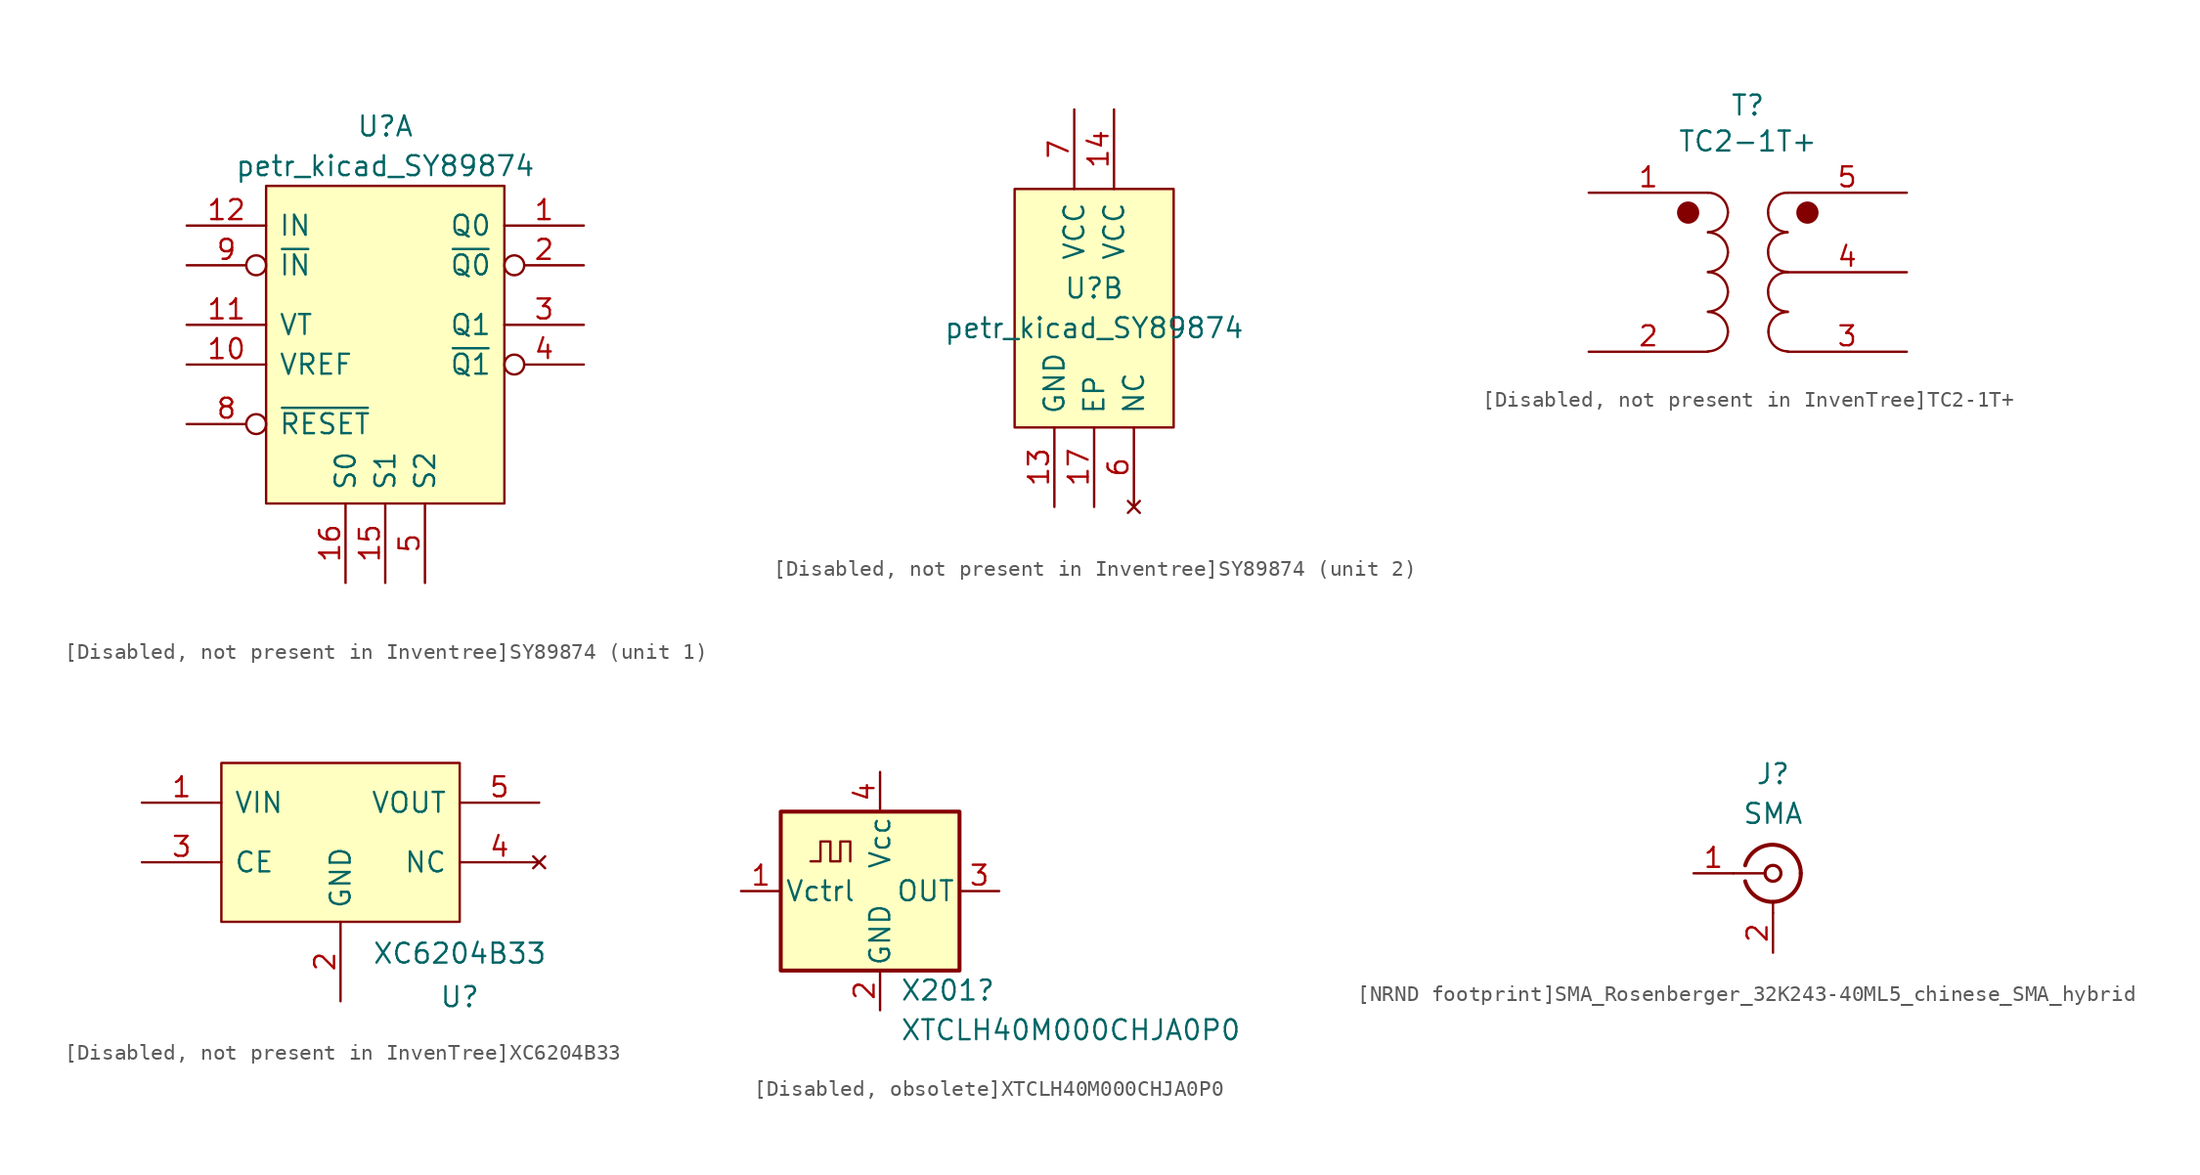
<source format=kicad_sym>
(kicad_symbol_lib
  (version 20220914)
  (generator kicad_symbol_editor)
  (symbol "[Disabled, not present in Inventree]SY89874"
    (pin_names
      (offset 0.787))
    (property "Reference" "U"
      (at 0 13.97 0)
      (effects (font (size 1.27 1.27))))
    (property "Value" "petr_kicad_SY89874"
      (at 0 11.43 0)
      (effects (font (size 1.27 1.27))))
    (property "IPN" ""
      (at 0 0 0)
      (effects (font (size 1.27 1.27))))
    (property "Inventree" ""
      (at 0 0 0)
      (effects (font (size 1.27 1.27))))
    (property "ki_locked" ""
      (at 0 0 0)
      (effects (font (size 1.27 1.27))))
    (symbol "[Disabled, not present in Inventree]SY89874_1_1"
      (rectangle (start -7.62 10.16) (end 7.62 -10.16) (stroke (width 0) (type solid)) (fill (type background)))
      (pin open_emitter line (at 12.7 7.62 180) (length 5.08) (name "Q0" (effects (font (size 1.27 1.27)))) (number "1" (effects (font (size 1.27 1.27)))))
      (pin output line (at -12.7 -1.27 0) (length 5.08) (name "VREF" (effects (font (size 1.27 1.27)))) (number "10" (effects (font (size 1.27 1.27)))))
      (pin passive line (at -12.7 1.27 0) (length 5.08) (name "VT" (effects (font (size 1.27 1.27)))) (number "11" (effects (font (size 1.27 1.27)))))
      (pin input line (at -12.7 7.62 0) (length 5.08) (name "IN" (effects (font (size 1.27 1.27)))) (number "12" (effects (font (size 1.27 1.27)))))
      (pin input line (at 0 -15.24 90) (length 5.08) (name "S1" (effects (font (size 1.27 1.27)))) (number "15" (effects (font (size 1.27 1.27)))))
      (pin input line (at -2.54 -15.24 90) (length 5.08) (name "S0" (effects (font (size 1.27 1.27)))) (number "16" (effects (font (size 1.27 1.27)))))
      (pin open_emitter inverted (at 12.7 5.08 180) (length 5.08) (name "~{Q0}" (effects (font (size 1.27 1.27)))) (number "2" (effects (font (size 1.27 1.27)))))
      (pin open_emitter line (at 12.7 1.27 180) (length 5.08) (name "Q1" (effects (font (size 1.27 1.27)))) (number "3" (effects (font (size 1.27 1.27)))))
      (pin open_emitter inverted (at 12.7 -1.27 180) (length 5.08) (name "~{Q1}" (effects (font (size 1.27 1.27)))) (number "4" (effects (font (size 1.27 1.27)))))
      (pin input line (at 2.54 -15.24 90) (length 5.08) (name "S2" (effects (font (size 1.27 1.27)))) (number "5" (effects (font (size 1.27 1.27)))))
      (pin input inverted (at -12.7 -5.08 0) (length 5.08) (name "~{RESET}" (effects (font (size 1.27 1.27)))) (number "8" (effects (font (size 1.27 1.27)))))
      (pin input inverted (at -12.7 5.08 0) (length 5.08) (name "~{IN}" (effects (font (size 1.27 1.27)))) (number "9" (effects (font (size 1.27 1.27))))))
    (symbol "[Disabled, not present in Inventree]SY89874_2_1"
      (rectangle (start -5.08 20.32) (end 5.08 5.08) (stroke (width 0) (type solid)) (fill (type background)))
      (pin power_in line (at -2.54 0 90) (length 5.08) (name "GND" (effects (font (size 1.27 1.27)))) (number "13" (effects (font (size 1.27 1.27)))))
      (pin power_in line (at 1.27 25.4 270) (length 5.08) (name "VCC" (effects (font (size 1.27 1.27)))) (number "14" (effects (font (size 1.27 1.27)))))
      (pin power_in line (at 0 0 90) (length 5.08) (name "EP" (effects (font (size 1.27 1.27)))) (number "17" (effects (font (size 1.27 1.27)))))
      (pin no_connect line (at 2.54 0 90) (length 5.08) (name "NC" (effects (font (size 1.27 1.27)))) (number "6" (effects (font (size 1.27 1.27)))))
      (pin power_in line (at -1.27 25.4 270) (length 5.08) (name "VCC" (effects (font (size 1.27 1.27)))) (number "7" (effects (font (size 1.27 1.27)))))))
  (symbol "[Disabled, not present in InvenTree]TC2-1T+"
    (pin_names
      (offset 1.016) hide)
    (property "Reference" "T"
      (at 0 10.662 0)
      (effects (font (size 1.27 1.27))))
    (property "Value" "TC2-1T+"
      (at 0 8.363 0)
      (effects (font (size 1.27 1.27))))
    (symbol "[Disabled, not present in InvenTree]TC2-1T+_0_1"
      (circle (center -3.81 3.81) (radius 0.635) (stroke (width 0) (type default)) (fill (type outline)))
      (arc (start -2.54 -5.0546) (mid -1.6561 -4.6863) (end -1.27 -3.81) (stroke (width 0) (type default)) (fill (type none)))
      (arc (start -2.54 -2.5146) (mid -1.6561 -2.1463) (end -1.27 -1.27) (stroke (width 0) (type default)) (fill (type none)))
      (arc (start -2.54 0.0254) (mid -1.6561 0.3937) (end -1.27 1.27) (stroke (width 0) (type default)) (fill (type none)))
      (arc (start -2.54 2.5654) (mid -1.6561 2.9337) (end -1.27 3.81) (stroke (width 0) (type default)) (fill (type none)))
      (arc (start -1.27 -3.81) (mid -1.642 -2.912) (end -2.54 -2.54) (stroke (width 0) (type default)) (fill (type none)))
      (arc (start -1.27 -1.27) (mid -1.642 -0.372) (end -2.54 0) (stroke (width 0) (type default)) (fill (type none)))
      (arc (start -1.27 1.27) (mid -1.642 2.168) (end -2.54 2.54) (stroke (width 0) (type default)) (fill (type none)))
      (arc (start -1.27 3.81) (mid -1.642 4.708) (end -2.54 5.08) (stroke (width 0) (type default)) (fill (type none)))
      (arc (start 1.2954 -1.27) (mid 1.6599 -2.1501) (end 2.54 -2.5146) (stroke (width 0) (type default)) (fill (type none)))
      (arc (start 1.2954 1.27) (mid 1.6599 0.3899) (end 2.54 0.0254) (stroke (width 0) (type default)) (fill (type none)))
      (arc (start 1.2954 3.81) (mid 1.6599 2.9299) (end 2.54 2.5654) (stroke (width 0) (type default)) (fill (type none)))
      (arc (start 1.3208 -3.81) (mid 1.6853 -4.6901) (end 2.5654 -5.0546) (stroke (width 0) (type default)) (fill (type none)))
      (arc (start 2.54 0) (mid 1.6456 -0.3683) (end 1.2954 -1.27) (stroke (width 0) (type default)) (fill (type none)))
      (arc (start 2.54 2.54) (mid 1.6456 2.1717) (end 1.2954 1.27) (stroke (width 0) (type default)) (fill (type none)))
      (arc (start 2.54 5.08) (mid 1.6456 4.7117) (end 1.2954 3.81) (stroke (width 0) (type default)) (fill (type none)))
      (arc (start 2.5654 -2.54) (mid 1.671 -2.9083) (end 1.3208 -3.81) (stroke (width 0) (type default)) (fill (type none)))
      (circle (center 3.81 3.81) (radius 0.635) (stroke (width 0) (type default)) (fill (type outline))))
    (symbol "[Disabled, not present in InvenTree]TC2-1T+_1_1"
      (pin passive line (at -10.16 5.08 0) (length 7.62) (name "AA" (effects (font (size 1.27 1.27)))) (number "1" (effects (font (size 1.27 1.27)))))
      (pin passive line (at -10.16 -5.08 0) (length 7.62) (name "AB" (effects (font (size 1.27 1.27)))) (number "2" (effects (font (size 1.27 1.27)))))
      (pin passive line (at 10.16 -5.08 180) (length 7.62) (name "SA" (effects (font (size 1.27 1.27)))) (number "3" (effects (font (size 1.27 1.27)))))
      (pin passive line (at 10.16 0 180) (length 7.62) (name "SC" (effects (font (size 1.27 1.27)))) (number "4" (effects (font (size 1.27 1.27)))))
      (pin passive line (at 10.16 5.08 180) (length 7.62) (name "SB" (effects (font (size 1.27 1.27)))) (number "5" (effects (font (size 1.27 1.27)))))))
  (symbol "[Disabled, not present in InvenTree]XC6204B33"
    (pin_names
      (offset 0.787))
    (property "Reference" "U"
      (at 7.62 -8.617 0)
      (effects (font (size 1.27 1.27))))
    (property "Value" "XC6204B33"
      (at 7.62 -5.835 0)
      (effects (font (size 1.27 1.27))))
    (symbol "[Disabled, not present in InvenTree]XC6204B33_0_1"
      (rectangle (start -7.62 6.35) (end 7.62 -3.81) (stroke (width 0) (type default)) (fill (type background))))
    (symbol "[Disabled, not present in InvenTree]XC6204B33_1_1"
      (pin power_in line (at -12.7 3.81 0) (length 5.08) (name "VIN" (effects (font (size 1.27 1.27)))) (number "1" (effects (font (size 1.27 1.27)))))
      (pin power_in line (at 0 -8.89 90) (length 5.08) (name "GND" (effects (font (size 1.27 1.27)))) (number "2" (effects (font (size 1.27 1.27)))))
      (pin input line (at -12.7 0 0) (length 5.08) (name "CE" (effects (font (size 1.27 1.27)))) (number "3" (effects (font (size 1.27 1.27)))))
      (pin no_connect line (at 12.7 0 180) (length 5.08) (name "NC" (effects (font (size 1.27 1.27)))) (number "4" (effects (font (size 1.27 1.27)))))
      (pin power_out line (at 12.7 3.81 180) (length 5.08) (name "VOUT" (effects (font (size 1.27 1.27)))) (number "5" (effects (font (size 1.27 1.27)))))))
  (symbol "[Disabled, obsolete]XTCLH40M000CHJA0P0"
    (pin_names
      (offset 0.254))
    (property "Reference" "X201"
      (at 1.27 -6.35 0)
      (effects (font (size 1.27 1.27)) (justify left)))
    (property "Value" "XTCLH40M000CHJA0P0"
      (at 1.27 -8.89 0)
      (effects (font (size 1.27 1.27)) (justify left)))
    (symbol "[Disabled, obsolete]XTCLH40M000CHJA0P0_0_1"
      (rectangle (start -6.35 5.08) (end 5.08 -5.08) (stroke (width 0.254) (type default)) (fill (type background)))
      (polyline (pts (xy -4.445 1.905) (xy -3.81 1.905) (xy -3.81 3.175) (xy -3.175 3.175) (xy -3.175 1.905) (xy -2.54 1.905) (xy -2.54 3.175) (xy -1.905 3.175) (xy -1.905 1.905)) (stroke (width 0) (type default)) (fill (type none))))
    (symbol "[Disabled, obsolete]XTCLH40M000CHJA0P0_1_1"
      (pin input line (at -8.89 0 0) (length 2.54) (name "Vctrl" (effects (font (size 1.27 1.27)))) (number "1" (effects (font (size 1.27 1.27)))))
      (pin power_in line (at 0 -7.62 90) (length 2.54) (name "GND" (effects (font (size 1.27 1.27)))) (number "2" (effects (font (size 1.27 1.27)))))
      (pin output line (at 7.62 0 180) (length 2.54) (name "OUT" (effects (font (size 1.27 1.27)))) (number "3" (effects (font (size 1.27 1.27)))))
      (pin power_in line (at 0 7.62 270) (length 2.54) (name "Vcc" (effects (font (size 1.27 1.27)))) (number "4" (effects (font (size 1.27 1.27)))))))
  (symbol "[NRND footprint]SMA_Rosenberger_32K243-40ML5_chinese_SMA_hybrid"
    (pin_names
      (offset 1.016) hide)
    (property "Reference" "J"
      (at 0 6.35 0)
      (effects (font (size 1.27 1.27))))
    (property "Value" "SMA"
      (at 0 3.81 0)
      (effects (font (size 1.27 1.27))))
    (symbol "[NRND footprint]SMA_Rosenberger_32K243-40ML5_chinese_SMA_hybrid_0_1"
      (arc (start -1.778 -0.508) (mid 0.222 -1.808) (end 1.778 0) (stroke (width 0.254) (type default)) (fill (type none)))
      (polyline (pts (xy -2.54 0) (xy -0.508 0)) (stroke (width 0) (type default)) (fill (type none)))
      (polyline (pts (xy 0 -2.54) (xy 0 -1.778)) (stroke (width 0) (type default)) (fill (type none)))
      (circle (center 0 0) (radius 0.508) (stroke (width 0.203) (type default)) (fill (type none)))
      (arc (start 1.778 0) (mid 0.222 1.8083) (end -1.778 0.508) (stroke (width 0.254) (type default)) (fill (type none))))
    (symbol "[NRND footprint]SMA_Rosenberger_32K243-40ML5_chinese_SMA_hybrid_1_1"
      (pin passive line (at -5.08 0 0) (length 2.54) (name "In" (effects (font (size 1.27 1.27)))) (number "1" (effects (font (size 1.27 1.27)))))
      (pin passive line (at 0 -5.08 90) (length 2.54) (name "Ext" (effects (font (size 1.27 1.27)))) (number "2" (effects (font (size 1.27 1.27))))))))
</source>
